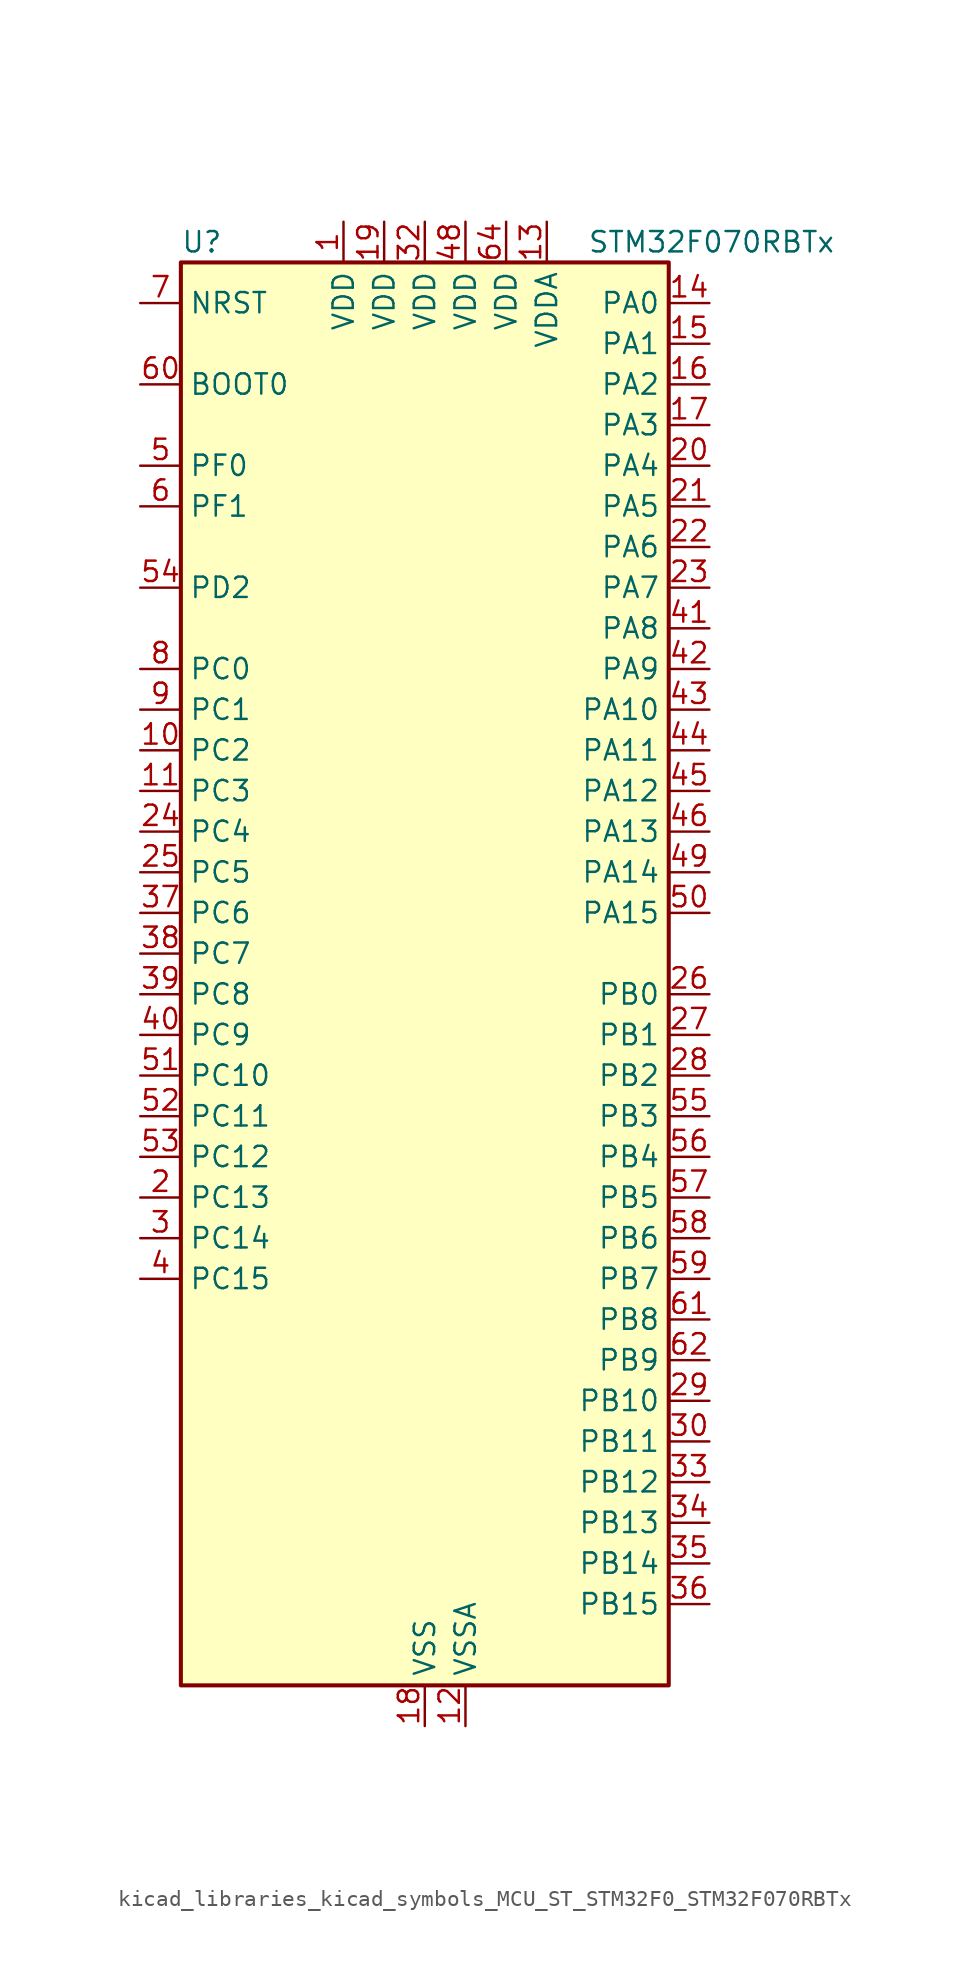
<source format=kicad_sym>
(kicad_symbol_lib
  (version 20220914)
  (generator kicad_symbol_editor)
  (symbol "kicad_libraries_kicad_symbols_MCU_ST_STM32F0_STM32F070RBTx"
    (property "Reference" "U"
      (at -15.24 46.99 0)
      (effects (font (size 1.27 1.27)) (justify left)))
    (property "Value" "STM32F070RBTx"
      (at 10.16 46.99 0)
      (effects (font (size 1.27 1.27)) (justify left)))
    (property "ki_locked" ""
      (at 0 0 0)
      (effects (font (size 1.27 1.27))))
    (symbol "kicad_libraries_kicad_symbols_MCU_ST_STM32F0_STM32F070RBTx_0_1"
      (rectangle (start -15.24 -43.18) (end 15.24 45.72) (stroke (width 0.254) (type default)) (fill (type background))))
    (symbol "kicad_libraries_kicad_symbols_MCU_ST_STM32F0_STM32F070RBTx_1_1"
      (pin power_in line (at -5.08 48.26 270) (length 2.54) (name "VDD" (effects (font (size 1.27 1.27)))) (number "1" (effects (font (size 1.27 1.27)))))
      (pin bidirectional line (at -17.78 15.24 0) (length 2.54) (name "PC2" (effects (font (size 1.27 1.27)))) (number "10" (effects (font (size 1.27 1.27)))) (alternate "ADC_IN12" bidirectional line) (alternate "SPI2_MISO" bidirectional line))
      (pin bidirectional line (at -17.78 12.7 0) (length 2.54) (name "PC3" (effects (font (size 1.27 1.27)))) (number "11" (effects (font (size 1.27 1.27)))) (alternate "ADC_IN13" bidirectional line) (alternate "SPI2_MOSI" bidirectional line))
      (pin power_in line (at 2.54 -45.72 90) (length 2.54) (name "VSSA" (effects (font (size 1.27 1.27)))) (number "12" (effects (font (size 1.27 1.27)))))
      (pin power_in line (at 7.62 48.26 270) (length 2.54) (name "VDDA" (effects (font (size 1.27 1.27)))) (number "13" (effects (font (size 1.27 1.27)))))
      (pin bidirectional line (at 17.78 43.18 180) (length 2.54) (name "PA0" (effects (font (size 1.27 1.27)))) (number "14" (effects (font (size 1.27 1.27)))) (alternate "ADC_IN0" bidirectional line) (alternate "RTC_TAMP2" bidirectional line) (alternate "SYS_WKUP1" bidirectional line) (alternate "USART2_CTS" bidirectional line) (alternate "USART4_TX" bidirectional line))
      (pin bidirectional line (at 17.78 40.64 180) (length 2.54) (name "PA1" (effects (font (size 1.27 1.27)))) (number "15" (effects (font (size 1.27 1.27)))) (alternate "ADC_IN1" bidirectional line) (alternate "TIM15_CH1N" bidirectional line) (alternate "USART2_DE" bidirectional line) (alternate "USART2_RTS" bidirectional line) (alternate "USART4_RX" bidirectional line))
      (pin bidirectional line (at 17.78 38.1 180) (length 2.54) (name "PA2" (effects (font (size 1.27 1.27)))) (number "16" (effects (font (size 1.27 1.27)))) (alternate "ADC_IN2" bidirectional line) (alternate "SYS_WKUP4" bidirectional line) (alternate "TIM15_CH1" bidirectional line) (alternate "USART2_TX" bidirectional line))
      (pin bidirectional line (at 17.78 35.56 180) (length 2.54) (name "PA3" (effects (font (size 1.27 1.27)))) (number "17" (effects (font (size 1.27 1.27)))) (alternate "ADC_IN3" bidirectional line) (alternate "TIM15_CH2" bidirectional line) (alternate "USART2_RX" bidirectional line))
      (pin power_in line (at 0 -45.72 90) (length 2.54) (name "VSS" (effects (font (size 1.27 1.27)))) (number "18" (effects (font (size 1.27 1.27)))))
      (pin power_in line (at -2.54 48.26 270) (length 2.54) (name "VDD" (effects (font (size 1.27 1.27)))) (number "19" (effects (font (size 1.27 1.27)))))
      (pin bidirectional line (at -17.78 -12.7 0) (length 2.54) (name "PC13" (effects (font (size 1.27 1.27)))) (number "2" (effects (font (size 1.27 1.27)))) (alternate "RTC_OUT_ALARM" bidirectional line) (alternate "RTC_OUT_CALIB" bidirectional line) (alternate "RTC_TAMP1" bidirectional line) (alternate "RTC_TS" bidirectional line) (alternate "SYS_WKUP2" bidirectional line))
      (pin bidirectional line (at 17.78 33.02 180) (length 2.54) (name "PA4" (effects (font (size 1.27 1.27)))) (number "20" (effects (font (size 1.27 1.27)))) (alternate "ADC_IN4" bidirectional line) (alternate "SPI1_NSS" bidirectional line) (alternate "TIM14_CH1" bidirectional line) (alternate "USART2_CK" bidirectional line))
      (pin bidirectional line (at 17.78 30.48 180) (length 2.54) (name "PA5" (effects (font (size 1.27 1.27)))) (number "21" (effects (font (size 1.27 1.27)))) (alternate "ADC_IN5" bidirectional line) (alternate "SPI1_SCK" bidirectional line))
      (pin bidirectional line (at 17.78 27.94 180) (length 2.54) (name "PA6" (effects (font (size 1.27 1.27)))) (number "22" (effects (font (size 1.27 1.27)))) (alternate "ADC_IN6" bidirectional line) (alternate "SPI1_MISO" bidirectional line) (alternate "TIM16_CH1" bidirectional line) (alternate "TIM1_BKIN" bidirectional line) (alternate "TIM3_CH1" bidirectional line) (alternate "USART3_CTS" bidirectional line))
      (pin bidirectional line (at 17.78 25.4 180) (length 2.54) (name "PA7" (effects (font (size 1.27 1.27)))) (number "23" (effects (font (size 1.27 1.27)))) (alternate "ADC_IN7" bidirectional line) (alternate "SPI1_MOSI" bidirectional line) (alternate "TIM14_CH1" bidirectional line) (alternate "TIM17_CH1" bidirectional line) (alternate "TIM1_CH1N" bidirectional line) (alternate "TIM3_CH2" bidirectional line))
      (pin bidirectional line (at -17.78 10.16 0) (length 2.54) (name "PC4" (effects (font (size 1.27 1.27)))) (number "24" (effects (font (size 1.27 1.27)))) (alternate "ADC_IN14" bidirectional line) (alternate "USART3_TX" bidirectional line))
      (pin bidirectional line (at -17.78 7.62 0) (length 2.54) (name "PC5" (effects (font (size 1.27 1.27)))) (number "25" (effects (font (size 1.27 1.27)))) (alternate "ADC_IN15" bidirectional line) (alternate "SYS_WKUP5" bidirectional line) (alternate "USART3_RX" bidirectional line))
      (pin bidirectional line (at 17.78 0 180) (length 2.54) (name "PB0" (effects (font (size 1.27 1.27)))) (number "26" (effects (font (size 1.27 1.27)))) (alternate "ADC_IN8" bidirectional line) (alternate "TIM1_CH2N" bidirectional line) (alternate "TIM3_CH3" bidirectional line) (alternate "USART3_CK" bidirectional line))
      (pin bidirectional line (at 17.78 -2.54 180) (length 2.54) (name "PB1" (effects (font (size 1.27 1.27)))) (number "27" (effects (font (size 1.27 1.27)))) (alternate "ADC_IN9" bidirectional line) (alternate "TIM14_CH1" bidirectional line) (alternate "TIM1_CH3N" bidirectional line) (alternate "TIM3_CH4" bidirectional line) (alternate "USART3_DE" bidirectional line) (alternate "USART3_RTS" bidirectional line))
      (pin bidirectional line (at 17.78 -5.08 180) (length 2.54) (name "PB2" (effects (font (size 1.27 1.27)))) (number "28" (effects (font (size 1.27 1.27)))))
      (pin bidirectional line (at 17.78 -25.4 180) (length 2.54) (name "PB10" (effects (font (size 1.27 1.27)))) (number "29" (effects (font (size 1.27 1.27)))) (alternate "I2C2_SCL" bidirectional line) (alternate "SPI2_SCK" bidirectional line) (alternate "USART3_TX" bidirectional line))
      (pin bidirectional line (at -17.78 -15.24 0) (length 2.54) (name "PC14" (effects (font (size 1.27 1.27)))) (number "3" (effects (font (size 1.27 1.27)))) (alternate "RCC_OSC32_IN" bidirectional line))
      (pin bidirectional line (at 17.78 -27.94 180) (length 2.54) (name "PB11" (effects (font (size 1.27 1.27)))) (number "30" (effects (font (size 1.27 1.27)))) (alternate "I2C2_SDA" bidirectional line) (alternate "USART3_RX" bidirectional line))
      (pin passive line (at 0 -45.72 90) (length 2.54) hide (name "VSS" (effects (font (size 1.27 1.27)))) (number "31" (effects (font (size 1.27 1.27)))))
      (pin power_in line (at 0 48.26 270) (length 2.54) (name "VDD" (effects (font (size 1.27 1.27)))) (number "32" (effects (font (size 1.27 1.27)))))
      (pin bidirectional line (at 17.78 -30.48 180) (length 2.54) (name "PB12" (effects (font (size 1.27 1.27)))) (number "33" (effects (font (size 1.27 1.27)))) (alternate "SPI2_NSS" bidirectional line) (alternate "TIM15_BKIN" bidirectional line) (alternate "TIM1_BKIN" bidirectional line) (alternate "USART3_CK" bidirectional line))
      (pin bidirectional line (at 17.78 -33.02 180) (length 2.54) (name "PB13" (effects (font (size 1.27 1.27)))) (number "34" (effects (font (size 1.27 1.27)))) (alternate "I2C2_SCL" bidirectional line) (alternate "SPI2_SCK" bidirectional line) (alternate "TIM1_CH1N" bidirectional line) (alternate "USART3_CTS" bidirectional line))
      (pin bidirectional line (at 17.78 -35.56 180) (length 2.54) (name "PB14" (effects (font (size 1.27 1.27)))) (number "35" (effects (font (size 1.27 1.27)))) (alternate "I2C2_SDA" bidirectional line) (alternate "SPI2_MISO" bidirectional line) (alternate "TIM15_CH1" bidirectional line) (alternate "TIM1_CH2N" bidirectional line) (alternate "USART3_DE" bidirectional line) (alternate "USART3_RTS" bidirectional line))
      (pin bidirectional line (at 17.78 -38.1 180) (length 2.54) (name "PB15" (effects (font (size 1.27 1.27)))) (number "36" (effects (font (size 1.27 1.27)))) (alternate "RTC_REFIN" bidirectional line) (alternate "SPI2_MOSI" bidirectional line) (alternate "SYS_WKUP7" bidirectional line) (alternate "TIM15_CH1N" bidirectional line) (alternate "TIM15_CH2" bidirectional line) (alternate "TIM1_CH3N" bidirectional line))
      (pin bidirectional line (at -17.78 5.08 0) (length 2.54) (name "PC6" (effects (font (size 1.27 1.27)))) (number "37" (effects (font (size 1.27 1.27)))) (alternate "TIM3_CH1" bidirectional line))
      (pin bidirectional line (at -17.78 2.54 0) (length 2.54) (name "PC7" (effects (font (size 1.27 1.27)))) (number "38" (effects (font (size 1.27 1.27)))) (alternate "TIM3_CH2" bidirectional line))
      (pin bidirectional line (at -17.78 0 0) (length 2.54) (name "PC8" (effects (font (size 1.27 1.27)))) (number "39" (effects (font (size 1.27 1.27)))) (alternate "TIM3_CH3" bidirectional line))
      (pin bidirectional line (at -17.78 -17.78 0) (length 2.54) (name "PC15" (effects (font (size 1.27 1.27)))) (number "4" (effects (font (size 1.27 1.27)))) (alternate "RCC_OSC32_OUT" bidirectional line))
      (pin bidirectional line (at -17.78 -2.54 0) (length 2.54) (name "PC9" (effects (font (size 1.27 1.27)))) (number "40" (effects (font (size 1.27 1.27)))) (alternate "TIM3_CH4" bidirectional line))
      (pin bidirectional line (at 17.78 22.86 180) (length 2.54) (name "PA8" (effects (font (size 1.27 1.27)))) (number "41" (effects (font (size 1.27 1.27)))) (alternate "RCC_MCO" bidirectional line) (alternate "TIM1_CH1" bidirectional line) (alternate "USART1_CK" bidirectional line))
      (pin bidirectional line (at 17.78 20.32 180) (length 2.54) (name "PA9" (effects (font (size 1.27 1.27)))) (number "42" (effects (font (size 1.27 1.27)))) (alternate "TIM15_BKIN" bidirectional line) (alternate "TIM1_CH2" bidirectional line) (alternate "USART1_TX" bidirectional line))
      (pin bidirectional line (at 17.78 17.78 180) (length 2.54) (name "PA10" (effects (font (size 1.27 1.27)))) (number "43" (effects (font (size 1.27 1.27)))) (alternate "TIM17_BKIN" bidirectional line) (alternate "TIM1_CH3" bidirectional line) (alternate "USART1_RX" bidirectional line))
      (pin bidirectional line (at 17.78 15.24 180) (length 2.54) (name "PA11" (effects (font (size 1.27 1.27)))) (number "44" (effects (font (size 1.27 1.27)))) (alternate "TIM1_CH4" bidirectional line) (alternate "USART1_CTS" bidirectional line) (alternate "USB_DM" bidirectional line))
      (pin bidirectional line (at 17.78 12.7 180) (length 2.54) (name "PA12" (effects (font (size 1.27 1.27)))) (number "45" (effects (font (size 1.27 1.27)))) (alternate "TIM1_ETR" bidirectional line) (alternate "USART1_DE" bidirectional line) (alternate "USART1_RTS" bidirectional line) (alternate "USB_DP" bidirectional line))
      (pin bidirectional line (at 17.78 10.16 180) (length 2.54) (name "PA13" (effects (font (size 1.27 1.27)))) (number "46" (effects (font (size 1.27 1.27)))) (alternate "IR_OUT" bidirectional line) (alternate "SYS_SWDIO" bidirectional line) (alternate "USB_NOE" bidirectional line))
      (pin passive line (at 0 -45.72 90) (length 2.54) hide (name "VSS" (effects (font (size 1.27 1.27)))) (number "47" (effects (font (size 1.27 1.27)))))
      (pin power_in line (at 2.54 48.26 270) (length 2.54) (name "VDD" (effects (font (size 1.27 1.27)))) (number "48" (effects (font (size 1.27 1.27)))))
      (pin bidirectional line (at 17.78 7.62 180) (length 2.54) (name "PA14" (effects (font (size 1.27 1.27)))) (number "49" (effects (font (size 1.27 1.27)))) (alternate "SYS_SWCLK" bidirectional line) (alternate "USART2_TX" bidirectional line))
      (pin bidirectional line (at -17.78 33.02 0) (length 2.54) (name "PF0" (effects (font (size 1.27 1.27)))) (number "5" (effects (font (size 1.27 1.27)))) (alternate "RCC_OSC_IN" bidirectional line))
      (pin bidirectional line (at 17.78 5.08 180) (length 2.54) (name "PA15" (effects (font (size 1.27 1.27)))) (number "50" (effects (font (size 1.27 1.27)))) (alternate "SPI1_NSS" bidirectional line) (alternate "USART2_RX" bidirectional line) (alternate "USART4_DE" bidirectional line) (alternate "USART4_RTS" bidirectional line))
      (pin bidirectional line (at -17.78 -5.08 0) (length 2.54) (name "PC10" (effects (font (size 1.27 1.27)))) (number "51" (effects (font (size 1.27 1.27)))) (alternate "USART3_TX" bidirectional line) (alternate "USART4_TX" bidirectional line))
      (pin bidirectional line (at -17.78 -7.62 0) (length 2.54) (name "PC11" (effects (font (size 1.27 1.27)))) (number "52" (effects (font (size 1.27 1.27)))) (alternate "USART3_RX" bidirectional line) (alternate "USART4_RX" bidirectional line))
      (pin bidirectional line (at -17.78 -10.16 0) (length 2.54) (name "PC12" (effects (font (size 1.27 1.27)))) (number "53" (effects (font (size 1.27 1.27)))) (alternate "USART3_CK" bidirectional line) (alternate "USART4_CK" bidirectional line))
      (pin bidirectional line (at -17.78 25.4 0) (length 2.54) (name "PD2" (effects (font (size 1.27 1.27)))) (number "54" (effects (font (size 1.27 1.27)))) (alternate "TIM3_ETR" bidirectional line) (alternate "USART3_DE" bidirectional line) (alternate "USART3_RTS" bidirectional line))
      (pin bidirectional line (at 17.78 -7.62 180) (length 2.54) (name "PB3" (effects (font (size 1.27 1.27)))) (number "55" (effects (font (size 1.27 1.27)))) (alternate "SPI1_SCK" bidirectional line))
      (pin bidirectional line (at 17.78 -10.16 180) (length 2.54) (name "PB4" (effects (font (size 1.27 1.27)))) (number "56" (effects (font (size 1.27 1.27)))) (alternate "SPI1_MISO" bidirectional line) (alternate "TIM17_BKIN" bidirectional line) (alternate "TIM3_CH1" bidirectional line))
      (pin bidirectional line (at 17.78 -12.7 180) (length 2.54) (name "PB5" (effects (font (size 1.27 1.27)))) (number "57" (effects (font (size 1.27 1.27)))) (alternate "I2C1_SMBA" bidirectional line) (alternate "SPI1_MOSI" bidirectional line) (alternate "SYS_WKUP6" bidirectional line) (alternate "TIM16_BKIN" bidirectional line) (alternate "TIM3_CH2" bidirectional line))
      (pin bidirectional line (at 17.78 -15.24 180) (length 2.54) (name "PB6" (effects (font (size 1.27 1.27)))) (number "58" (effects (font (size 1.27 1.27)))) (alternate "I2C1_SCL" bidirectional line) (alternate "TIM16_CH1N" bidirectional line) (alternate "USART1_TX" bidirectional line))
      (pin bidirectional line (at 17.78 -17.78 180) (length 2.54) (name "PB7" (effects (font (size 1.27 1.27)))) (number "59" (effects (font (size 1.27 1.27)))) (alternate "I2C1_SDA" bidirectional line) (alternate "TIM17_CH1N" bidirectional line) (alternate "USART1_RX" bidirectional line) (alternate "USART4_CTS" bidirectional line))
      (pin bidirectional line (at -17.78 30.48 0) (length 2.54) (name "PF1" (effects (font (size 1.27 1.27)))) (number "6" (effects (font (size 1.27 1.27)))) (alternate "RCC_OSC_OUT" bidirectional line))
      (pin input line (at -17.78 38.1 0) (length 2.54) (name "BOOT0" (effects (font (size 1.27 1.27)))) (number "60" (effects (font (size 1.27 1.27)))))
      (pin bidirectional line (at 17.78 -20.32 180) (length 2.54) (name "PB8" (effects (font (size 1.27 1.27)))) (number "61" (effects (font (size 1.27 1.27)))) (alternate "I2C1_SCL" bidirectional line) (alternate "TIM16_CH1" bidirectional line))
      (pin bidirectional line (at 17.78 -22.86 180) (length 2.54) (name "PB9" (effects (font (size 1.27 1.27)))) (number "62" (effects (font (size 1.27 1.27)))) (alternate "I2C1_SDA" bidirectional line) (alternate "IR_OUT" bidirectional line) (alternate "SPI2_NSS" bidirectional line) (alternate "TIM17_CH1" bidirectional line))
      (pin passive line (at 0 -45.72 90) (length 2.54) hide (name "VSS" (effects (font (size 1.27 1.27)))) (number "63" (effects (font (size 1.27 1.27)))))
      (pin power_in line (at 5.08 48.26 270) (length 2.54) (name "VDD" (effects (font (size 1.27 1.27)))) (number "64" (effects (font (size 1.27 1.27)))))
      (pin input line (at -17.78 43.18 0) (length 2.54) (name "NRST" (effects (font (size 1.27 1.27)))) (number "7" (effects (font (size 1.27 1.27)))))
      (pin bidirectional line (at -17.78 20.32 0) (length 2.54) (name "PC0" (effects (font (size 1.27 1.27)))) (number "8" (effects (font (size 1.27 1.27)))) (alternate "ADC_IN10" bidirectional line))
      (pin bidirectional line (at -17.78 17.78 0) (length 2.54) (name "PC1" (effects (font (size 1.27 1.27)))) (number "9" (effects (font (size 1.27 1.27)))) (alternate "ADC_IN11" bidirectional line)))))
</source>
